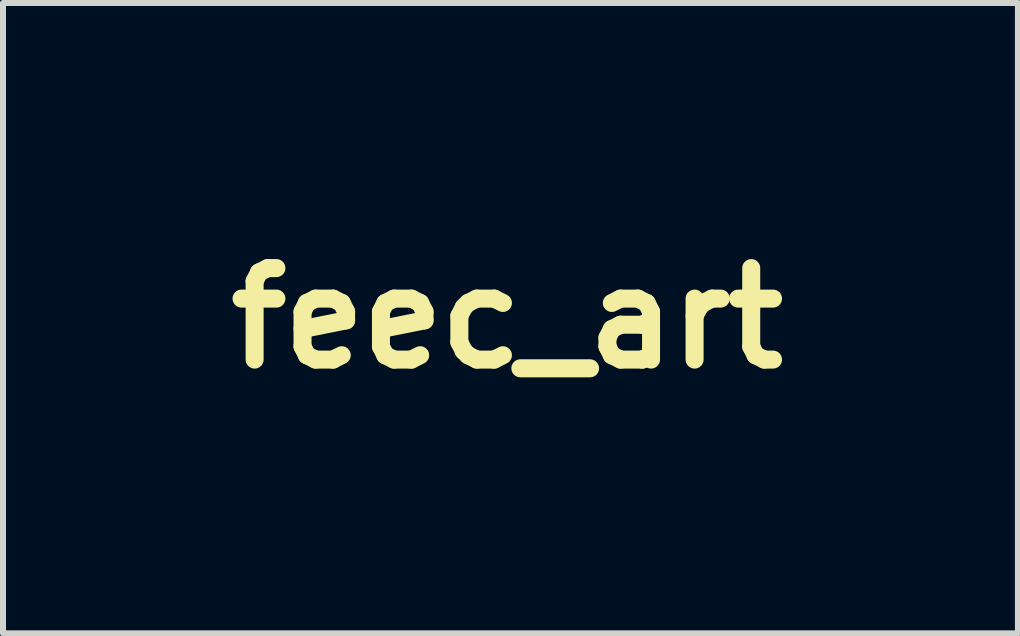
<source format=kicad_pcb>
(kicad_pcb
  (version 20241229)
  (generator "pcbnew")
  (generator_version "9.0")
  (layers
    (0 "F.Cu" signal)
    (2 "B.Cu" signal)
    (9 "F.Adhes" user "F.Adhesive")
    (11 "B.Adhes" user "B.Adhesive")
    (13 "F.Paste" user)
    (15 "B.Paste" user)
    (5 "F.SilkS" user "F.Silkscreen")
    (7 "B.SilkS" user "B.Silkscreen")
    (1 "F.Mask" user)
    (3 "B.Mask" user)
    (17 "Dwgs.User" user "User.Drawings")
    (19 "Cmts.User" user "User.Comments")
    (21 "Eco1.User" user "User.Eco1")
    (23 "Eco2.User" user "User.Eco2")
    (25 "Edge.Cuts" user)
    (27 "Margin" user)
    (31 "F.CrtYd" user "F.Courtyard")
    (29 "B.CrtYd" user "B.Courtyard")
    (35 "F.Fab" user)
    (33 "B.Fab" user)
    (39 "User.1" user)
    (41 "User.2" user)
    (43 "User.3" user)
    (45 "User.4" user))
  (footprint "feec_art"
    (layer "F.Cu")
    (at 5.401 2.251)
    (property "Reference" "feec_art" (at 0 0 0) (layer "F.SilkS") (effects (font (size 1.524 1.524) (thickness 0.3))))
    (attr through_hole)
    (fp_poly (pts (xy -0.295 -1.197) (xy -0.269 -1.185) (xy -0.201 -1.139) (xy -0.149 -1.079) (xy -0.114 -1.01) (xy -0.096 -0.935) (xy -0.097 -0.857) (xy -0.116 -0.781) (xy -0.155 -0.711) (xy -0.177 -0.684) (xy -0.242 -0.627) (xy -0.315 -0.592) (xy -0.397 -0.578) (xy -0.416 -0.578) (xy -0.463 -0.581) (xy -0.508 -0.587) (xy -0.534 -0.594) (xy -0.606 -0.631) (xy -0.664 -0.684) (xy -0.707 -0.749) (xy -0.734 -0.823) (xy -0.742 -0.901) (xy -0.731 -0.979) (xy -0.711 -1.032) (xy -0.664 -1.104) (xy -0.604 -1.16) (xy -0.533 -1.198) (xy -0.456 -1.218) (xy -0.375 -1.218) (xy -0.295 -1.197)) (stroke (width 0.01) (type solid)) (fill yes) (layer "F.Mask"))
    (fp_poly (pts (xy 1.09 -1.161) (xy 1.155 -1.132) (xy 1.212 -1.088) (xy 1.258 -1.032) (xy 1.291 -0.964) (xy 1.308 -0.884) (xy 1.309 -0.854) (xy 1.298 -0.768) (xy 1.267 -0.692) (xy 1.216 -0.626) (xy 1.147 -0.574) (xy 1.131 -0.565) (xy 1.079 -0.547) (xy 1.016 -0.537) (xy 0.951 -0.535) (xy 0.895 -0.542) (xy 0.891 -0.544) (xy 0.815 -0.578) (xy 0.752 -0.628) (xy 0.705 -0.691) (xy 0.674 -0.762) (xy 0.661 -0.839) (xy 0.668 -0.918) (xy 0.695 -0.995) (xy 0.702 -1.008) (xy 0.751 -1.076) (xy 0.811 -1.127) (xy 0.878 -1.16) (xy 0.948 -1.176) (xy 1.02 -1.176) (xy 1.09 -1.161)) (stroke (width 0.01) (type solid)) (fill yes) (layer "F.Mask"))
    (fp_poly (pts (xy 2.523 -0.163) (xy 2.555 -0.16) (xy 2.576 -0.152) (xy 2.588 -0.143) (xy 2.621 -0.099) (xy 2.635 -0.048) (xy 2.631 -0.013) (xy 2.616 0.028) (xy 2.59 0.056) (xy 2.549 0.074) (xy 2.49 0.085) (xy 2.474 0.086) (xy 2.346 0.104) (xy 2.218 0.136) (xy 2.097 0.18) (xy 2.045 0.204) (xy 1.943 0.265) (xy 1.859 0.336) (xy 1.791 0.415) (xy 1.74 0.499) (xy 1.707 0.588) (xy 1.691 0.678) (xy 1.693 0.767) (xy 1.712 0.854) (xy 1.75 0.935) (xy 1.806 1.009) (xy 1.881 1.074) (xy 1.953 1.118) (xy 2.03 1.152) (xy 2.106 1.177) (xy 2.188 1.193) (xy 2.281 1.202) (xy 2.384 1.204) (xy 2.537 1.198) (xy 2.692 1.178) (xy 2.852 1.145) (xy 3.021 1.097) (xy 3.201 1.033) (xy 3.271 1.006) (xy 3.331 0.983) (xy 3.377 0.972) (xy 3.412 0.973) (xy 3.441 0.985) (xy 3.47 1.008) (xy 3.471 1.009) (xy 3.496 1.039) (xy 3.508 1.068) (xy 3.51 1.097) (xy 3.507 1.125) (xy 3.497 1.151) (xy 3.477 1.175) (xy 3.446 1.198) (xy 3.401 1.223) (xy 3.341 1.249) (xy 3.263 1.279) (xy 3.165 1.314) (xy 3.14 1.322) (xy 2.98 1.371) (xy 2.817 1.41) (xy 2.655 1.438) (xy 2.499 1.455) (xy 2.353 1.46) (xy 2.24 1.454) (xy 2.088 1.43) (xy 1.949 1.39) (xy 1.824 1.335) (xy 1.714 1.265) (xy 1.621 1.182) (xy 1.545 1.087) (xy 1.487 0.98) (xy 1.454 0.877) (xy 1.443 0.814) (xy 1.439 0.738) (xy 1.44 0.659) (xy 1.448 0.584) (xy 1.46 0.525) (xy 1.508 0.403) (xy 1.576 0.288) (xy 1.663 0.181) (xy 1.765 0.086) (xy 1.882 0.005) (xy 2.009 -0.06) (xy 2.021 -0.065) (xy 2.143 -0.108) (xy 2.271 -0.14) (xy 2.397 -0.159) (xy 2.475 -0.163) (xy 2.523 -0.163)) (stroke (width 0.01) (type solid)) (fill yes) (layer "F.Mask"))
    (fp_poly (pts (xy 0.775 -0.04) (xy 0.809 -0.003) (xy 0.834 0.04) (xy 0.842 0.087) (xy 0.834 0.133) (xy 0.811 0.172) (xy 0.783 0.193) (xy 0.762 0.198) (xy 0.722 0.203) (xy 0.67 0.207) (xy 0.608 0.21) (xy 0.589 0.211) (xy 0.517 0.214) (xy 0.463 0.217) (xy 0.419 0.223) (xy 0.381 0.231) (xy 0.342 0.243) (xy 0.334 0.246) (xy 0.211 0.298) (xy 0.104 0.367) (xy 0.012 0.451) (xy -0.062 0.548) (xy -0.106 0.631) (xy -0.118 0.662) (xy -0.123 0.684) (xy -0.123 0.689) (xy -0.11 0.69) (xy -0.078 0.688) (xy -0.029 0.685) (xy 0.033 0.68) (xy 0.105 0.674) (xy 0.149 0.669) (xy 0.243 0.661) (xy 0.316 0.655) (xy 0.372 0.652) (xy 0.414 0.653) (xy 0.444 0.657) (xy 0.466 0.665) (xy 0.482 0.678) (xy 0.495 0.695) (xy 0.5 0.704) (xy 0.518 0.755) (xy 0.515 0.806) (xy 0.49 0.852) (xy 0.487 0.856) (xy 0.454 0.893) (xy -0.164 0.952) (xy -0.156 0.998) (xy -0.131 1.087) (xy -0.087 1.167) (xy -0.027 1.235) (xy 0.047 1.288) (xy 0.118 1.318) (xy 0.158 1.329) (xy 0.194 1.335) (xy 0.234 1.338) (xy 0.284 1.338) (xy 0.333 1.336) (xy 0.404 1.331) (xy 0.467 1.323) (xy 0.528 1.31) (xy 0.593 1.291) (xy 0.668 1.264) (xy 0.738 1.237) (xy 0.799 1.213) (xy 0.842 1.198) (xy 0.874 1.192) (xy 0.897 1.192) (xy 0.918 1.198) (xy 0.927 1.202) (xy 0.97 1.237) (xy 0.994 1.282) (xy 0.998 1.332) (xy 0.988 1.368) (xy 0.977 1.389) (xy 0.96 1.407) (xy 0.933 1.425) (xy 0.892 1.446) (xy 0.875 1.454) (xy 0.737 1.51) (xy 0.596 1.552) (xy 0.458 1.58) (xy 0.325 1.593) (xy 0.2 1.59) (xy 0.088 1.571) (xy 0.086 1.571) (xy -0.005 1.543) (xy -0.079 1.511) (xy -0.145 1.47) (xy -0.208 1.416) (xy -0.235 1.39) (xy -0.276 1.339) (xy -0.317 1.273) (xy -0.355 1.199) (xy -0.385 1.125) (xy -0.404 1.056) (xy -0.405 1.053) (xy -0.413 0.983) (xy -0.414 0.899) (xy -0.409 0.811) (xy -0.398 0.727) (xy -0.382 0.656) (xy -0.381 0.652) (xy -0.325 0.511) (xy -0.251 0.383) (xy -0.161 0.27) (xy -0.056 0.173) (xy 0.063 0.093) (xy 0.195 0.03) (xy 0.337 -0.015) (xy 0.488 -0.039) (xy 0.633 -0.044) (xy 0.775 -0.04)) (stroke (width 0.01) (type solid)) (fill yes) (layer "F.Mask"))
    (fp_poly (pts (xy -1.205 -0.094) (xy -1.163 -0.092) (xy -1.132 -0.087) (xy -1.11 -0.078) (xy -1.091 -0.067) (xy -1.087 -0.063) (xy -1.054 -0.022) (xy -1.043 0.027) (xy -1.053 0.08) (xy -1.054 0.084) (xy -1.068 0.111) (xy -1.086 0.13) (xy -1.111 0.143) (xy -1.148 0.151) (xy -1.2 0.155) (xy -1.27 0.157) (xy -1.414 0.166) (xy -1.542 0.193) (xy -1.657 0.236) (xy -1.76 0.298) (xy -1.852 0.378) (xy -1.891 0.421) (xy -1.913 0.449) (xy -1.938 0.487) (xy -1.963 0.529) (xy -1.987 0.57) (xy -2.005 0.606) (xy -2.016 0.632) (xy -2.017 0.642) (xy -2.005 0.642) (xy -1.974 0.64) (xy -1.925 0.636) (xy -1.864 0.631) (xy -1.792 0.625) (xy -1.741 0.62) (xy -1.648 0.612) (xy -1.575 0.606) (xy -1.52 0.604) (xy -1.478 0.604) (xy -1.448 0.608) (xy -1.426 0.615) (xy -1.41 0.627) (xy -1.397 0.643) (xy -1.389 0.654) (xy -1.371 0.701) (xy -1.372 0.75) (xy -1.393 0.795) (xy -1.43 0.83) (xy -1.437 0.834) (xy -1.452 0.838) (xy -1.487 0.843) (xy -1.537 0.85) (xy -1.599 0.857) (xy -1.668 0.865) (xy -1.741 0.873) (xy -1.814 0.881) (xy -1.883 0.888) (xy -1.944 0.894) (xy -1.994 0.898) (xy -2.028 0.9) (xy -2.033 0.9) (xy -2.044 0.904) (xy -2.047 0.917) (xy -2.043 0.947) (xy -2.042 0.953) (xy -2.015 1.048) (xy -1.971 1.127) (xy -1.908 1.192) (xy -1.828 1.243) (xy -1.825 1.245) (xy -1.789 1.262) (xy -1.76 1.274) (xy -1.733 1.282) (xy -1.701 1.285) (xy -1.659 1.287) (xy -1.601 1.287) (xy -1.594 1.287) (xy -1.516 1.285) (xy -1.447 1.278) (xy -1.38 1.266) (xy -1.31 1.247) (xy -1.23 1.219) (xy -1.151 1.188) (xy -1.086 1.164) (xy -1.038 1.149) (xy -1.001 1.145) (xy -0.972 1.15) (xy -0.946 1.166) (xy -0.928 1.182) (xy -0.902 1.213) (xy -0.891 1.243) (xy -0.889 1.266) (xy -0.894 1.307) (xy -0.911 1.339) (xy -0.944 1.368) (xy -0.995 1.396) (xy -1.009 1.402) (xy -1.148 1.458) (xy -1.288 1.5) (xy -1.426 1.529) (xy -1.559 1.543) (xy -1.682 1.542) (xy -1.772 1.53) (xy -1.89 1.494) (xy -1.997 1.439) (xy -2.092 1.366) (xy -2.171 1.278) (xy -2.234 1.175) (xy -2.279 1.061) (xy -2.283 1.048) (xy -2.298 0.964) (xy -2.303 0.867) (xy -2.299 0.766) (xy -2.285 0.669) (xy -2.27 0.606) (xy -2.216 0.468) (xy -2.144 0.342) (xy -2.056 0.229) (xy -1.952 0.131) (xy -1.834 0.049) (xy -1.706 -0.016) (xy -1.567 -0.062) (xy -1.42 -0.088) (xy -1.339 -0.093) (xy -1.262 -0.095) (xy -1.205 -0.094)) (stroke (width 0.01) (type solid)) (fill yes) (layer "F.Mask"))
    (fp_poly (pts (xy -1.408 -2.208) (xy -1.381 -2.163) (xy -1.373 -2.114) (xy -1.384 -2.068) (xy -1.413 -2.029) (xy -1.44 -2.01) (xy -1.462 -2.005) (xy -1.502 -2.001) (xy -1.554 -1.998) (xy -1.602 -1.997) (xy -1.767 -1.993) (xy -1.931 -1.982) (xy -2.089 -1.964) (xy -2.237 -1.94) (xy -2.37 -1.91) (xy -2.43 -1.893) (xy -2.579 -1.838) (xy -2.707 -1.773) (xy -2.816 -1.697) (xy -2.907 -1.608) (xy -2.979 -1.507) (xy -3.034 -1.391) (xy -3.073 -1.26) (xy -3.095 -1.123) (xy -3.1 -1.069) (xy -3.102 -1.007) (xy -3.102 -0.939) (xy -3.101 -0.872) (xy -3.098 -0.809) (xy -3.095 -0.755) (xy -3.089 -0.715) (xy -3.083 -0.694) (xy -3.074 -0.688) (xy -3.055 -0.687) (xy -3.021 -0.691) (xy -2.969 -0.7) (xy -2.954 -0.703) (xy -2.817 -0.728) (xy -2.664 -0.754) (xy -2.499 -0.779) (xy -2.324 -0.804) (xy -2.145 -0.827) (xy -1.963 -0.849) (xy -1.783 -0.869) (xy -1.608 -0.886) (xy -1.441 -0.901) (xy -1.287 -0.913) (xy -1.148 -0.921) (xy -1.028 -0.925) (xy -1.023 -0.926) (xy -0.977 -0.926) (xy -0.947 -0.924) (xy -0.928 -0.917) (xy -0.912 -0.905) (xy -0.899 -0.891) (xy -0.873 -0.848) (xy -0.865 -0.8) (xy -0.873 -0.753) (xy -0.897 -0.713) (xy -0.923 -0.693) (xy -0.941 -0.689) (xy -0.978 -0.683) (xy -1.03 -0.678) (xy -1.091 -0.672) (xy -1.133 -0.669) (xy -1.503 -0.642) (xy -1.863 -0.607) (xy -2.208 -0.566) (xy -2.344 -0.548) (xy -2.42 -0.536) (xy -2.504 -0.524) (xy -2.59 -0.51) (xy -2.677 -0.496) (xy -2.761 -0.482) (xy -2.84 -0.468) (xy -2.909 -0.456) (xy -2.967 -0.445) (xy -3.009 -0.436) (xy -3.034 -0.43) (xy -3.038 -0.428) (xy -3.04 -0.415) (xy -3.038 -0.383) (xy -3.033 -0.34) (xy -3.029 -0.312) (xy -3.006 -0.122) (xy -2.989 0.075) (xy -2.979 0.276) (xy -2.975 0.476) (xy -2.978 0.672) (xy -2.987 0.86) (xy -3.003 1.034) (xy -3.025 1.191) (xy -3.031 1.224) (xy -3.042 1.272) (xy -3.054 1.305) (xy -3.07 1.329) (xy -3.084 1.343) (xy -3.111 1.364) (xy -3.135 1.372) (xy -3.17 1.371) (xy -3.173 1.371) (xy -3.216 1.361) (xy -3.248 1.34) (xy -3.26 1.327) (xy -3.273 1.312) (xy -3.282 1.297) (xy -3.287 1.28) (xy -3.288 1.256) (xy -3.286 1.222) (xy -3.28 1.174) (xy -3.27 1.11) (xy -3.262 1.056) (xy -3.245 0.919) (xy -3.234 0.764) (xy -3.228 0.595) (xy -3.228 0.418) (xy -3.233 0.237) (xy -3.243 0.056) (xy -3.259 -0.119) (xy -3.28 -0.281) (xy -3.286 -0.323) (xy -3.294 -0.35) (xy -3.306 -0.364) (xy -3.327 -0.367) (xy -3.362 -0.361) (xy -3.414 -0.348) (xy -3.423 -0.346) (xy -3.694 -0.274) (xy -3.943 -0.198) (xy -4.169 -0.12) (xy -4.373 -0.038) (xy -4.554 0.046) (xy -4.712 0.133) (xy -4.848 0.223) (xy -4.961 0.316) (xy -5.007 0.362) (xy -5.069 0.435) (xy -5.111 0.504) (xy -5.135 0.572) (xy -5.143 0.644) (xy -5.143 0.647) (xy -5.137 0.714) (xy -5.116 0.778) (xy -5.079 0.842) (xy -5.023 0.911) (xy -4.988 0.947) (xy -4.886 1.038) (xy -4.761 1.126) (xy -4.615 1.212) (xy -4.449 1.294) (xy -4.263 1.373) (xy -4.06 1.448) (xy -3.839 1.519) (xy -3.602 1.587) (xy -3.35 1.65) (xy -3.083 1.709) (xy -2.803 1.762) (xy -2.51 1.811) (xy -2.206 1.855) (xy -1.892 1.893) (xy -1.567 1.926) (xy -1.234 1.953) (xy -0.893 1.974) (xy -0.641 1.985) (xy -0.54 1.988) (xy -0.421 1.99) (xy -0.287 1.992) (xy -0.143 1.993) (xy 0.007 1.994) (xy 0.158 1.993) (xy 0.307 1.993) (xy 0.449 1.991) (xy 0.579 1.989) (xy 0.694 1.986) (xy 0.75 1.985) (xy 1.115 1.967) (xy 1.482 1.942) (xy 1.845 1.909) (xy 2.201 1.868) (xy 2.546 1.822) (xy 2.876 1.768) (xy 3.08 1.73) (xy 3.371 1.67) (xy 3.643 1.604) (xy 3.896 1.535) (xy 4.13 1.461) (xy 4.345 1.383) (xy 4.538 1.302) (xy 4.711 1.217) (xy 4.863 1.129) (xy 4.992 1.038) (xy 5.083 0.96) (xy 5.159 0.877) (xy 5.211 0.796) (xy 5.242 0.715) (xy 5.249 0.634) (xy 5.234 0.553) (xy 5.214 0.502) (xy 5.181 0.449) (xy 5.133 0.389) (xy 5.073 0.326) (xy 5.006 0.265) (xy 4.936 0.21) (xy 4.901 0.186) (xy 4.741 0.091) (xy 4.56 0.001) (xy 4.357 -0.086) (xy 4.134 -0.167) (xy 3.891 -0.244) (xy 3.63 -0.316) (xy 3.351 -0.382) (xy 3.055 -0.444) (xy 2.742 -0.499) (xy 2.414 -0.548) (xy 2.072 -0.592) (xy 1.831 -0.618) (xy 1.75 -0.626) (xy 1.675 -0.634) (xy 1.61 -0.642) (xy 1.559 -0.649) (xy 1.525 -0.655) (xy 1.512 -0.658) (xy 1.482 -0.683) (xy 1.457 -0.717) (xy 1.444 -0.751) (xy 1.443 -0.759) (xy 1.452 -0.805) (xy 1.476 -0.847) (xy 1.509 -0.878) (xy 1.516 -0.881) (xy 1.531 -0.887) (xy 1.549 -0.891) (xy 1.573 -0.892) (xy 1.607 -0.891) (xy 1.654 -0.888) (xy 1.719 -0.882) (xy 1.778 -0.877) (xy 2.186 -0.832) (xy 2.574 -0.78) (xy 2.942 -0.721) (xy 3.29 -0.654) (xy 3.617 -0.579) (xy 3.923 -0.497) (xy 4.135 -0.432) (xy 4.373 -0.349) (xy 4.589 -0.262) (xy 4.781 -0.173) (xy 4.951 -0.08) (xy 5.098 0.017) (xy 5.223 0.116) (xy 5.325 0.219) (xy 5.404 0.325) (xy 5.46 0.434) (xy 5.493 0.546) (xy 5.497 0.566) (xy 5.502 0.677) (xy 5.485 0.785) (xy 5.445 0.892) (xy 5.383 0.997) (xy 5.299 1.099) (xy 5.193 1.199) (xy 5.066 1.296) (xy 4.917 1.39) (xy 4.746 1.481) (xy 4.555 1.569) (xy 4.474 1.602) (xy 4.226 1.694) (xy 3.957 1.78) (xy 3.668 1.859) (xy 3.36 1.931) (xy 3.033 1.997) (xy 2.689 2.055) (xy 2.329 2.107) (xy 1.954 2.151) (xy 1.564 2.188) (xy 1.161 2.216) (xy 0.953 2.228) (xy 0.86 2.232) (xy 0.748 2.235) (xy 0.621 2.239) (xy 0.483 2.241) (xy 0.337 2.243) (xy 0.187 2.244) (xy 0.038 2.245) (xy -0.107 2.246) (xy -0.245 2.245) (xy -0.37 2.244) (xy -0.48 2.242) (xy -0.566 2.24) (xy -0.934 2.224) (xy -1.293 2.201) (xy -1.643 2.171) (xy -1.983 2.136) (xy -2.311 2.094) (xy -2.628 2.047) (xy -2.932 1.995) (xy -3.222 1.937) (xy -3.498 1.874) (xy -3.758 1.806) (xy -4.002 1.733) (xy -4.229 1.656) (xy -4.438 1.575) (xy -4.628 1.489) (xy -4.798 1.4) (xy -4.948 1.307) (xy -5.076 1.211) (xy -5.154 1.14) (xy -5.242 1.045) (xy -5.309 0.953) (xy -5.356 0.862) (xy -5.384 0.769) (xy -5.396 0.671) (xy -5.396 0.647) (xy -5.387 0.545) (xy -5.361 0.448) (xy -5.316 0.355) (xy -5.252 0.262) (xy -5.167 0.167) (xy -5.154 0.154) (xy -5.042 0.056) (xy -4.907 -0.04) (xy -4.752 -0.133) (xy -4.575 -0.222) (xy -4.379 -0.308) (xy -4.164 -0.389) (xy -3.931 -0.467) (xy -3.68 -0.539) (xy -3.511 -0.583) (xy -3.452 -0.597) (xy -3.402 -0.61) (xy -3.364 -0.62) (xy -3.343 -0.627) (xy -3.34 -0.628) (xy -3.339 -0.641) (xy -3.34 -0.672) (xy -3.343 -0.718) (xy -3.347 -0.774) (xy -3.35 -0.8) (xy -3.357 -0.993) (xy -3.346 -1.171) (xy -3.317 -1.336) (xy -3.268 -1.487) (xy -3.202 -1.624) (xy -3.117 -1.748) (xy -3.013 -1.857) (xy -2.89 -1.953) (xy -2.75 -2.036) (xy -2.59 -2.104) (xy -2.412 -2.159) (xy -2.291 -2.186) (xy -2.175 -2.207) (xy -2.065 -2.223) (xy -1.955 -2.233) (xy -1.836 -2.24) (xy -1.703 -2.243) (xy -1.667 -2.244) (xy -1.442 -2.246) (xy -1.408 -2.208)) (stroke (width 0.01) (type solid)) (fill yes) (layer "F.Mask")))
  (gr_rect
    (start -3 -3)
    (end 13.908 7.501)
    (stroke (width 0.1) (type default))
    (fill no)
    (layer "Edge.Cuts")))
</source>
